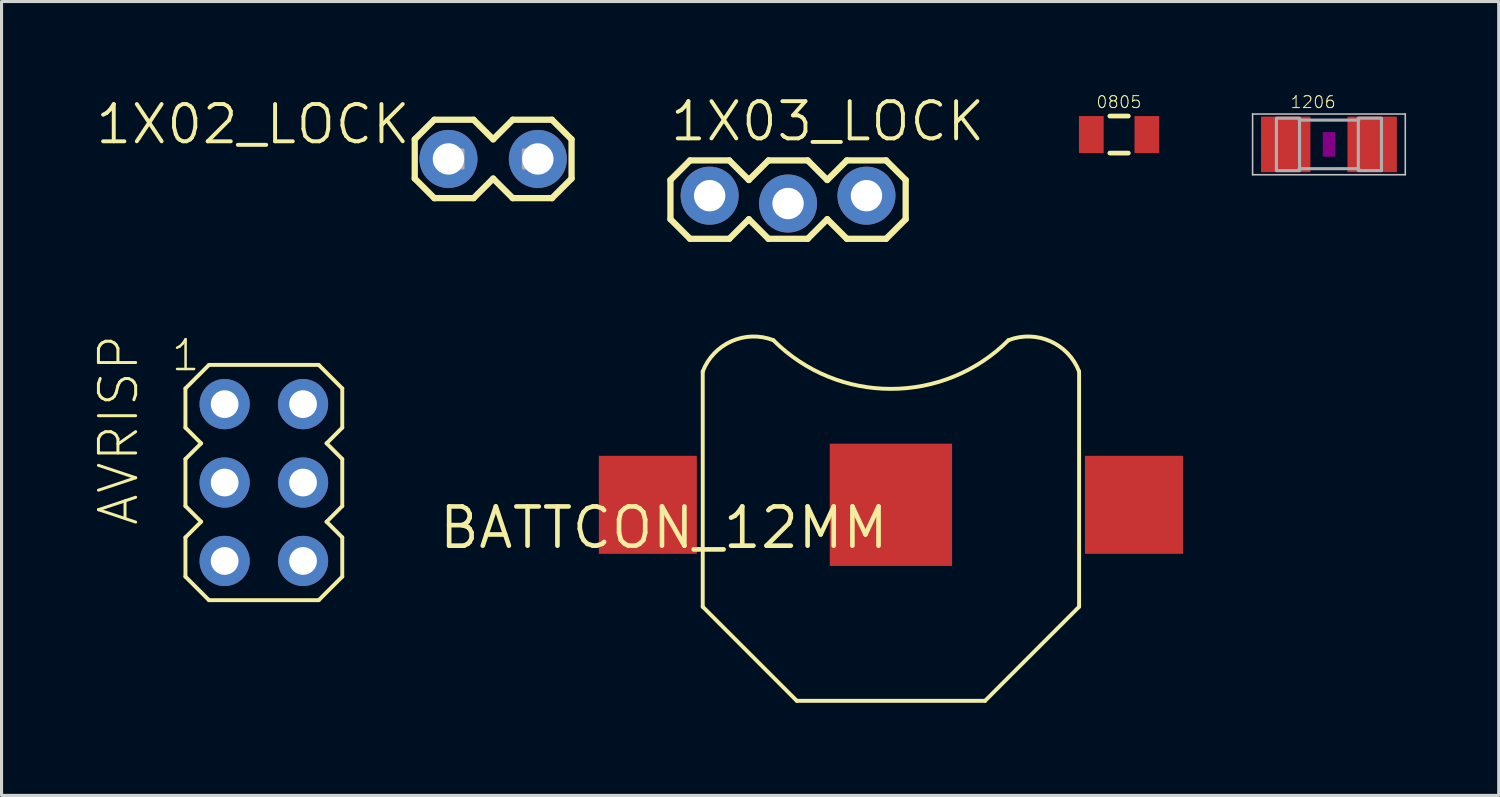
<source format=kicad_pcb>
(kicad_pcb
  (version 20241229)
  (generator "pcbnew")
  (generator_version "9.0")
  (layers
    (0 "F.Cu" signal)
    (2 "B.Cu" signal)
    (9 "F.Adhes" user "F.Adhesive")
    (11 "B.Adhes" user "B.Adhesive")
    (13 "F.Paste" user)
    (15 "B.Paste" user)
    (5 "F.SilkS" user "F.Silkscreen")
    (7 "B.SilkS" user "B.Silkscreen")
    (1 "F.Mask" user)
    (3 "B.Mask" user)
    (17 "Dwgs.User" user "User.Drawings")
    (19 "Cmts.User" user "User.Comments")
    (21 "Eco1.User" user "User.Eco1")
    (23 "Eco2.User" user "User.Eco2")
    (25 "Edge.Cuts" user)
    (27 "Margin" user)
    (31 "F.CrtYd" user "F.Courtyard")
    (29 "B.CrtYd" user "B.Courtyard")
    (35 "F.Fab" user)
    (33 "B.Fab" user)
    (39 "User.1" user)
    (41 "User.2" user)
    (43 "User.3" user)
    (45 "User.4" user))
  (footprint "0805"
    (layer "F.Cu")
    (at 33.201 1.309)
    (property "Reference" "0805" (at -0.762 -0.826 0) (layer "F.SilkS") (effects (font (size 0.386 0.386) (thickness 0.033)) (justify left bottom)))
    (attr through_hole)
    (fp_line (start -0.3 -0.6) (end 0.3 -0.6) (stroke (width 0.152) (type solid)) (layer "F.SilkS"))
    (fp_line (start -0.3 0.6) (end 0.3 0.6) (stroke (width 0.152) (type solid)) (layer "F.SilkS"))
    (pad "1" smd rect (at -0.9 0) (size 0.8 1.2) (layers "F.Cu" "F.Mask" "F.Paste"))
    (pad "2" smd rect (at 0.9 0) (size 0.8 1.2) (layers "F.Cu" "F.Mask" "F.Paste")))
  (footprint "1X03_LOCK"
    (layer "F.Cu")
    (at 19.938 3.416)
    (property "Reference" "1X03_LOCK" (at -1.346 -1.829 0) (layer "F.SilkS") (effects (font (size 1.206 1.206) (thickness 0.127)) (justify left bottom)))
    (attr through_hole)
    (fp_line (start -1.27 -0.635) (end -1.27 0.635) (stroke (width 0.203) (type solid)) (layer "F.SilkS"))
    (fp_line (start -1.27 0.635) (end -0.635 1.27) (stroke (width 0.203) (type solid)) (layer "F.SilkS"))
    (fp_line (start -0.635 -1.27) (end -1.27 -0.635) (stroke (width 0.203) (type solid)) (layer "F.SilkS"))
    (fp_line (start -0.635 -1.27) (end 0.635 -1.27) (stroke (width 0.203) (type solid)) (layer "F.SilkS"))
    (fp_line (start 0.635 -1.27) (end 1.27 -0.635) (stroke (width 0.203) (type solid)) (layer "F.SilkS"))
    (fp_line (start 0.635 1.27) (end -0.635 1.27) (stroke (width 0.203) (type solid)) (layer "F.SilkS"))
    (fp_line (start 1.27 -0.635) (end 1.905 -1.27) (stroke (width 0.203) (type solid)) (layer "F.SilkS"))
    (fp_line (start 1.27 0.635) (end 0.635 1.27) (stroke (width 0.203) (type solid)) (layer "F.SilkS"))
    (fp_line (start 1.905 -1.27) (end 3.175 -1.27) (stroke (width 0.203) (type solid)) (layer "F.SilkS"))
    (fp_line (start 1.905 1.27) (end 1.27 0.635) (stroke (width 0.203) (type solid)) (layer "F.SilkS"))
    (fp_line (start 3.175 -1.27) (end 3.81 -0.635) (stroke (width 0.203) (type solid)) (layer "F.SilkS"))
    (fp_line (start 3.175 1.27) (end 1.905 1.27) (stroke (width 0.203) (type solid)) (layer "F.SilkS"))
    (fp_line (start 3.81 -0.635) (end 4.445 -1.27) (stroke (width 0.203) (type solid)) (layer "F.SilkS"))
    (fp_line (start 3.81 0.635) (end 3.175 1.27) (stroke (width 0.203) (type solid)) (layer "F.SilkS"))
    (fp_line (start 4.445 -1.27) (end 5.715 -1.27) (stroke (width 0.203) (type solid)) (layer "F.SilkS"))
    (fp_line (start 4.445 1.27) (end 3.81 0.635) (stroke (width 0.203) (type solid)) (layer "F.SilkS"))
    (fp_line (start 5.715 -1.27) (end 6.35 -0.635) (stroke (width 0.203) (type solid)) (layer "F.SilkS"))
    (fp_line (start 5.715 1.27) (end 4.445 1.27) (stroke (width 0.203) (type solid)) (layer "F.SilkS"))
    (fp_line (start 6.35 -0.635) (end 6.35 0.635) (stroke (width 0.203) (type solid)) (layer "F.SilkS"))
    (fp_line (start 6.35 0.635) (end 5.715 1.27) (stroke (width 0.203) (type solid)) (layer "F.SilkS"))
    (fp_poly (pts (xy -0.254 0.254) (xy 0.254 0.254) (xy 0.254 -0.254) (xy -0.254 -0.254)) (stroke (width 0.1) (type solid)) (fill no) (layer "F.Fab"))
    (fp_poly (pts (xy 2.286 0.254) (xy 2.794 0.254) (xy 2.794 -0.254) (xy 2.286 -0.254)) (stroke (width 0.1) (type solid)) (fill no) (layer "F.Fab"))
    (fp_poly (pts (xy 4.826 0.254) (xy 5.334 0.254) (xy 5.334 -0.254) (xy 4.826 -0.254)) (stroke (width 0.1) (type solid)) (fill no) (layer "F.Fab"))
    (pad "1" thru_hole circle (at 0 -0.127 90) (size 1.88 1.88) (drill 1.016) (layers "*.Cu" "*.Mask"))
    (pad "2" thru_hole circle (at 2.54 0.127 90) (size 1.88 1.88) (drill 1.016) (layers "*.Cu" "*.Mask"))
    (pad "3" thru_hole circle (at 5.08 -0.127 90) (size 1.88 1.88) (drill 1.016) (layers "*.Cu" "*.Mask")))
  (footprint "BATTCON_12MM"
    (layer "F.Cu")
    (at 25.81 13.303)
    (property "Reference" "BATTCON_12MM" (at 0 0 0) (layer "F.SilkS") (effects (font (size 1.27 1.27) (thickness 0.15)) (justify right top)))
    (attr through_hole)
    (fp_line (start -6.096 3.302) (end -6.096 -4.318) (stroke (width 0.127) (type solid)) (layer "F.SilkS"))
    (fp_line (start -3.048 6.35) (end -6.096 3.302) (stroke (width 0.127) (type solid)) (layer "F.SilkS"))
    (fp_line (start 3.048 6.35) (end -3.048 6.35) (stroke (width 0.127) (type solid)) (layer "F.SilkS"))
    (fp_line (start 6.096 -4.318) (end 6.096 3.302) (stroke (width 0.127) (type solid)) (layer "F.SilkS"))
    (fp_line (start 6.096 3.302) (end 3.048 6.35) (stroke (width 0.127) (type solid)) (layer "F.SilkS"))
    (fp_arc (start -6.096 -4.318) (mid -5.16342 -5.299446) (end -3.81 -5.334) (stroke (width 0.127) (type solid)) (layer "F.SilkS"))
    (fp_arc (start 3.81 -5.334) (mid 0 -3.755846) (end -3.81 -5.334) (stroke (width 0.127) (type solid)) (layer "F.SilkS"))
    (fp_arc (start 3.81 -5.334) (mid 5.16342 -5.299446) (end 6.096 -4.318) (stroke (width 0.127) (type solid)) (layer "F.SilkS"))
    (pad "GND" smd rect (at 0 0) (size 3.962 3.962) (layers "F.Cu" "F.Mask" "F.Paste"))
    (pad "PWR@1" smd rect (at 7.874 0) (size 3.175 3.175) (layers "F.Cu" "F.Mask" "F.Paste"))
    (pad "PWR@2" smd rect (at -7.874 0) (size 3.175 3.175) (layers "F.Cu" "F.Mask" "F.Paste")))
  (footprint "1X02_LOCK"
    (layer "F.Cu")
    (at 11.655 2.099)
    (property "Reference" "1X02_LOCK" (at -1.346 -1.829 0) (layer "F.SilkS") (effects (font (size 1.206 1.206) (thickness 0.127)) (justify right top)))
    (attr through_hole)
    (fp_line (start -1.27 -0.635) (end -1.27 0.635) (stroke (width 0.203) (type solid)) (layer "F.SilkS"))
    (fp_line (start -1.27 0.635) (end -0.635 1.27) (stroke (width 0.203) (type solid)) (layer "F.SilkS"))
    (fp_line (start -0.635 -1.27) (end -1.27 -0.635) (stroke (width 0.203) (type solid)) (layer "F.SilkS"))
    (fp_line (start -0.635 -1.27) (end 0.635 -1.27) (stroke (width 0.203) (type solid)) (layer "F.SilkS"))
    (fp_line (start 0.635 -1.27) (end 1.27 -0.635) (stroke (width 0.203) (type solid)) (layer "F.SilkS"))
    (fp_line (start 0.635 1.27) (end -0.635 1.27) (stroke (width 0.203) (type solid)) (layer "F.SilkS"))
    (fp_line (start 1.27 -0.635) (end 1.905 -1.27) (stroke (width 0.203) (type solid)) (layer "F.SilkS"))
    (fp_line (start 1.27 0.635) (end 0.635 1.27) (stroke (width 0.203) (type solid)) (layer "F.SilkS"))
    (fp_line (start 1.905 -1.27) (end 3.175 -1.27) (stroke (width 0.203) (type solid)) (layer "F.SilkS"))
    (fp_line (start 1.905 1.27) (end 1.27 0.635) (stroke (width 0.203) (type solid)) (layer "F.SilkS"))
    (fp_line (start 3.175 -1.27) (end 3.81 -0.635) (stroke (width 0.203) (type solid)) (layer "F.SilkS"))
    (fp_line (start 3.175 1.27) (end 1.905 1.27) (stroke (width 0.203) (type solid)) (layer "F.SilkS"))
    (fp_line (start 3.81 -0.635) (end 3.81 0.635) (stroke (width 0.203) (type solid)) (layer "F.SilkS"))
    (fp_line (start 3.81 0.635) (end 3.175 1.27) (stroke (width 0.203) (type solid)) (layer "F.SilkS"))
    (fp_poly (pts (xy -0.292 0.292) (xy 0.292 0.292) (xy 0.292 -0.292) (xy -0.292 -0.292)) (stroke (width 0.1) (type solid)) (fill no) (layer "F.Fab"))
    (fp_poly (pts (xy 2.248 0.292) (xy 2.832 0.292) (xy 2.832 -0.292) (xy 2.248 -0.292)) (stroke (width 0.1) (type solid)) (fill no) (layer "F.Fab"))
    (pad "1" thru_hole circle (at -0.178 0 90) (size 1.88 1.88) (drill 1.016) (layers "*.Cu" "*.Mask"))
    (pad "2" thru_hole circle (at 2.718 0 90) (size 1.88 1.88) (drill 1.016) (layers "*.Cu" "*.Mask")))
  (footprint "AVRISP"
    (layer "F.Cu")
    (at 5.497 12.581)
    (property "Reference" "AVRISP" (at -4 1.46 90) (layer "F.SilkS") (effects (font (size 1.206 1.206) (thickness 0.097)) (justify left bottom)))
    (attr through_hole)
    (fp_line (start -2.54 -3.048) (end -1.778 -3.81) (stroke (width 0.127) (type solid)) (layer "F.SilkS"))
    (fp_line (start -2.54 -1.778) (end -2.54 -3.048) (stroke (width 0.127) (type solid)) (layer "F.SilkS"))
    (fp_line (start -2.54 -0.762) (end -2.032 -1.27) (stroke (width 0.127) (type solid)) (layer "F.SilkS"))
    (fp_line (start -2.54 0.762) (end -2.54 -0.762) (stroke (width 0.127) (type solid)) (layer "F.SilkS"))
    (fp_line (start -2.54 1.778) (end -2.032 1.27) (stroke (width 0.127) (type solid)) (layer "F.SilkS"))
    (fp_line (start -2.54 3.048) (end -2.54 1.778) (stroke (width 0.127) (type solid)) (layer "F.SilkS"))
    (fp_line (start -2.032 -1.27) (end -2.54 -1.778) (stroke (width 0.127) (type solid)) (layer "F.SilkS"))
    (fp_line (start -2.032 1.27) (end -2.54 0.762) (stroke (width 0.127) (type solid)) (layer "F.SilkS"))
    (fp_line (start -1.778 -3.81) (end 1.778 -3.81) (stroke (width 0.127) (type solid)) (layer "F.SilkS"))
    (fp_line (start -1.778 3.81) (end -2.54 3.048) (stroke (width 0.127) (type solid)) (layer "F.SilkS"))
    (fp_line (start 1.778 -3.81) (end 2.54 -3.048) (stroke (width 0.127) (type solid)) (layer "F.SilkS"))
    (fp_line (start 1.778 3.81) (end -1.778 3.81) (stroke (width 0.127) (type solid)) (layer "F.SilkS"))
    (fp_line (start 2.032 -1.27) (end 2.54 -0.762) (stroke (width 0.127) (type solid)) (layer "F.SilkS"))
    (fp_line (start 2.032 1.27) (end 2.54 1.778) (stroke (width 0.127) (type solid)) (layer "F.SilkS"))
    (fp_line (start 2.54 -3.048) (end 2.54 -1.778) (stroke (width 0.127) (type solid)) (layer "F.SilkS"))
    (fp_line (start 2.54 -1.778) (end 2.032 -1.27) (stroke (width 0.127) (type solid)) (layer "F.SilkS"))
    (fp_line (start 2.54 -0.762) (end 2.54 0.762) (stroke (width 0.127) (type solid)) (layer "F.SilkS"))
    (fp_line (start 2.54 0.762) (end 2.032 1.27) (stroke (width 0.127) (type solid)) (layer "F.SilkS"))
    (fp_line (start 2.54 1.778) (end 2.54 3.048) (stroke (width 0.127) (type solid)) (layer "F.SilkS"))
    (fp_line (start 2.54 3.048) (end 1.778 3.81) (stroke (width 0.127) (type solid)) (layer "F.SilkS"))
    (fp_text user "1" (at -3.048 -3.556 0) (layer "F.SilkS") (effects (font (size 0.965 0.965) (thickness 0.081)) (justify left bottom)))
    (pad "1" thru_hole circle (at -1.27 -2.54) (size 1.626 1.626) (drill 0.9) (layers "*.Cu" "*.Mask"))
    (pad "2" thru_hole circle (at 1.27 -2.54) (size 1.626 1.626) (drill 0.9) (layers "*.Cu" "*.Mask"))
    (pad "3" thru_hole circle (at -1.27 0) (size 1.626 1.626) (drill 0.9) (layers "*.Cu" "*.Mask"))
    (pad "4" thru_hole circle (at 1.27 0) (size 1.626 1.626) (drill 0.9) (layers "*.Cu" "*.Mask"))
    (pad "5" thru_hole circle (at -1.27 2.54) (size 1.626 1.626) (drill 0.9) (layers "*.Cu" "*.Mask"))
    (pad "6" thru_hole circle (at 1.27 2.54) (size 1.626 1.626) (drill 0.9) (layers "*.Cu" "*.Mask")))
  (footprint "1206"
    (layer "F.Cu")
    (at 39.999 1.627)
    (property "Reference" "1206" (at -1.27 -1.143 0) (layer "F.SilkS") (effects (font (size 0.386 0.386) (thickness 0.033)) (justify left bottom)))
    (attr through_hole)
    (fp_poly (pts (xy -0.2 0.4) (xy 0.2 0.4) (xy 0.2 -0.4) (xy -0.2 -0.4)) (stroke (width 0) (type solid)) (fill yes) (layer "F.Adhes"))
    (fp_line (start -2.473 -0.983) (end 2.473 -0.983) (stroke (width 0.051) (type solid)) (layer "Dwgs.User"))
    (fp_line (start -2.473 0.983) (end -2.473 -0.983) (stroke (width 0.051) (type solid)) (layer "Dwgs.User"))
    (fp_line (start 2.473 -0.983) (end 2.473 0.983) (stroke (width 0.051) (type solid)) (layer "Dwgs.User"))
    (fp_line (start 2.473 0.983) (end -2.473 0.983) (stroke (width 0.051) (type solid)) (layer "Dwgs.User"))
    (fp_line (start -0.965 -0.787) (end 0.965 -0.787) (stroke (width 0.102) (type solid)) (layer "F.Fab"))
    (fp_line (start -0.965 0.787) (end 0.965 0.787) (stroke (width 0.102) (type solid)) (layer "F.Fab"))
    (fp_poly (pts (xy -1.702 0.851) (xy -0.952 0.851) (xy -0.952 -0.849) (xy -1.702 -0.849)) (stroke (width 0.1) (type solid)) (fill no) (layer "F.Fab"))
    (fp_poly (pts (xy 0.952 0.849) (xy 1.702 0.849) (xy 1.702 -0.851) (xy 0.952 -0.851)) (stroke (width 0.1) (type solid)) (fill no) (layer "F.Fab"))
    (pad "1" smd rect (at -1.4 0) (size 1.6 1.8) (layers "F.Cu" "F.Mask" "F.Paste"))
    (pad "2" smd rect (at 1.4 0) (size 1.6 1.8) (layers "F.Cu" "F.Mask" "F.Paste")))
  (gr_rect
    (start -3 -3)
    (end 45.498 22.717)
    (stroke (width 0.1) (type default))
    (fill no)
    (layer "Edge.Cuts")))
</source>
